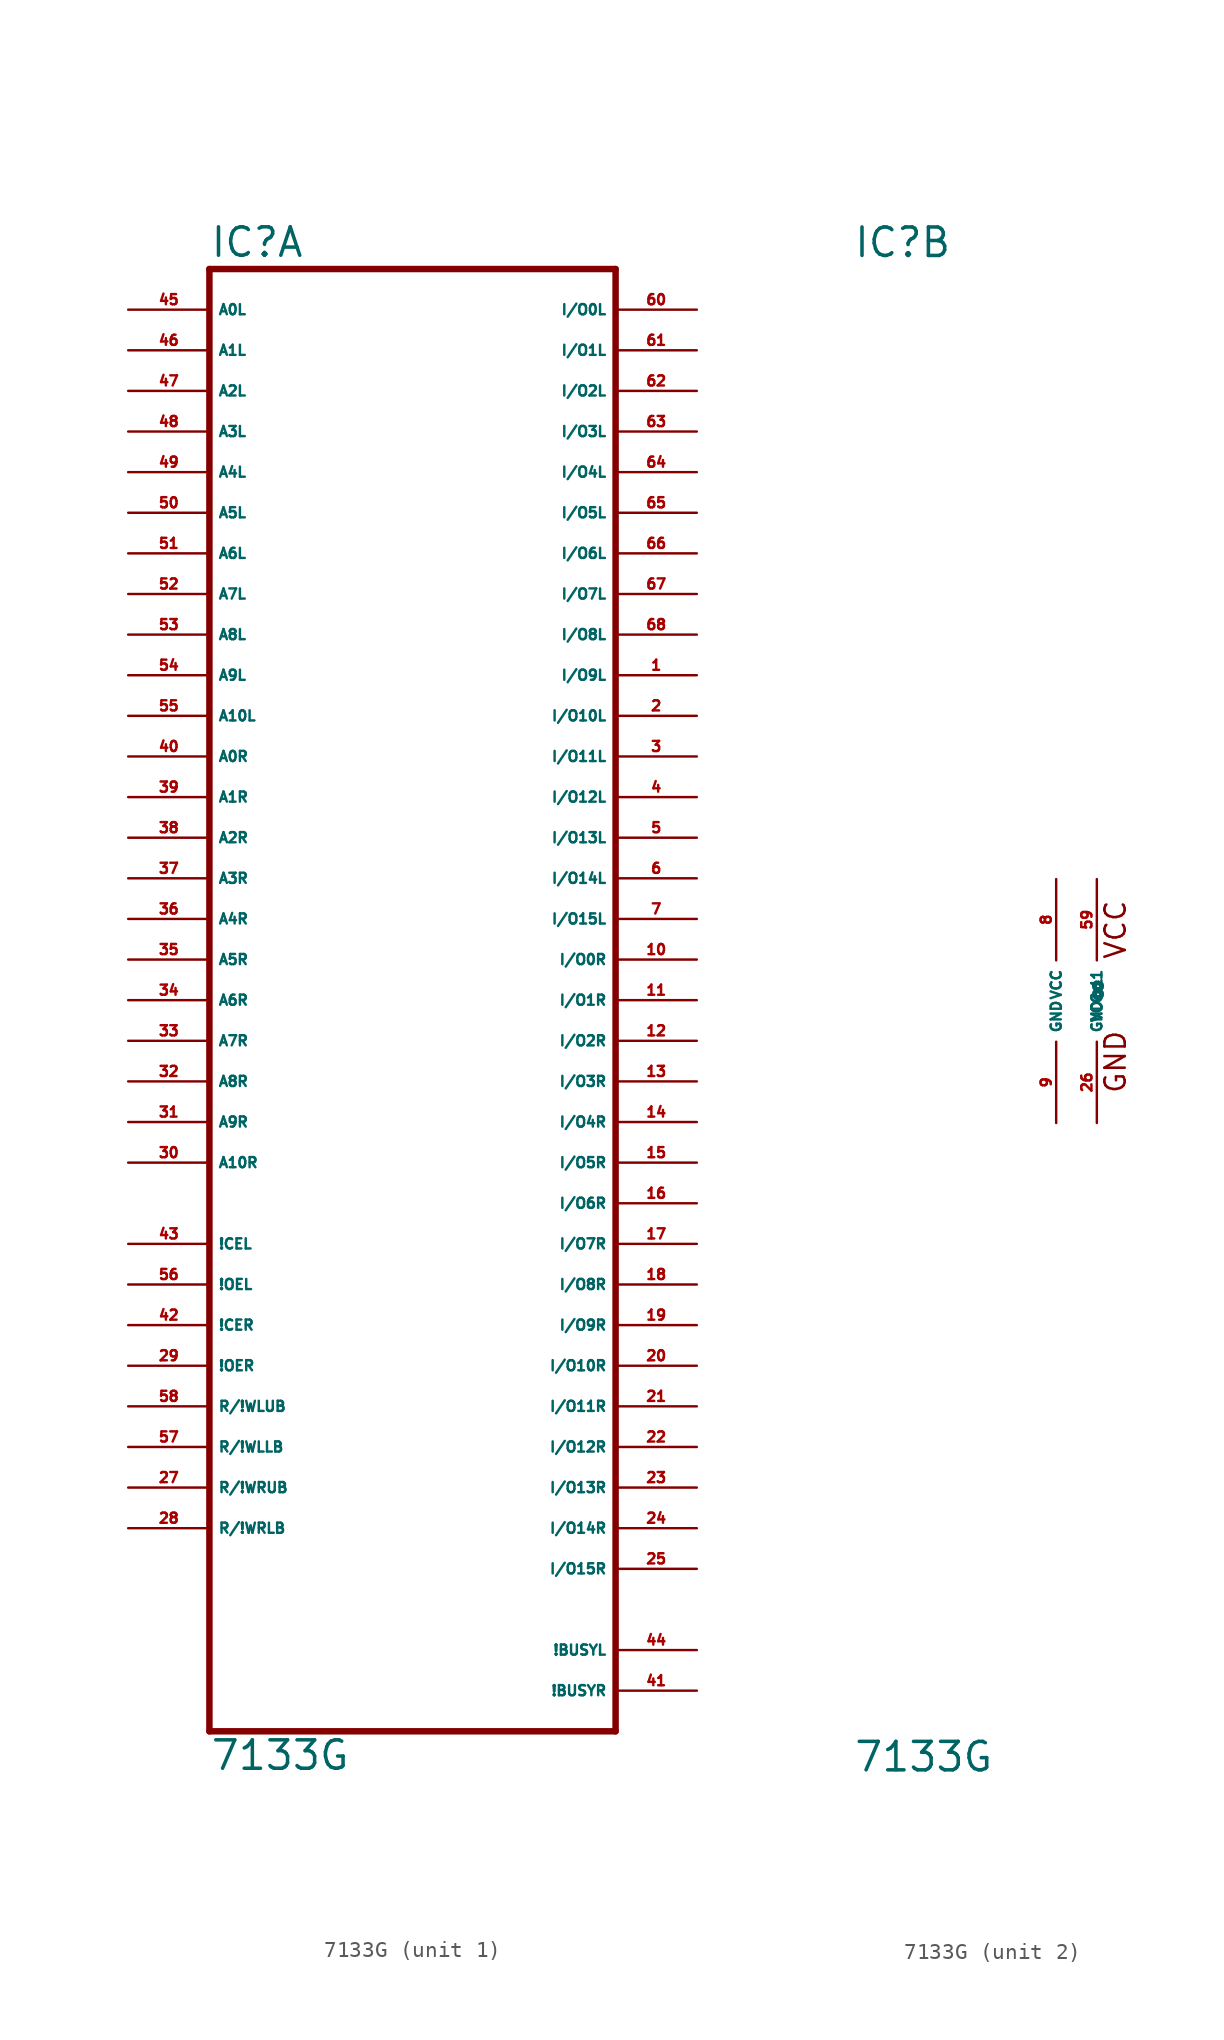
<source format=kicad_sym>
(kicad_symbol_lib
  (version 20220914)
  (generator Eagle2Kicad)
  (symbol "7133G"
    (property "Reference" "IC"
      (at -12.7 46.355 0)
      (effects (font (size 1.778 1.778) (thickness 0.22)) (justify left bottom)))
    (property "Value" "7133G"
      (at -12.7 -48.26 0)
      (effects (font (size 1.778 1.778) (thickness 0.22)) (justify left bottom)))
    (symbol "7133G_1_0"
      (polyline (pts (xy 12.7 -45.72) (xy -12.7 -45.72)) (stroke (width 0.406) (type default)) (fill (type none)))
      (polyline (pts (xy -12.7 -45.72) (xy -12.7 45.72)) (stroke (width 0.406) (type default)) (fill (type none)))
      (polyline (pts (xy -12.7 45.72) (xy 12.7 45.72)) (stroke (width 0.406) (type default)) (fill (type none)))
      (polyline (pts (xy 12.7 45.72) (xy 12.7 -45.72)) (stroke (width 0.406) (type default)) (fill (type none)))
      (pin input line (at -17.78 43.18 0) (length 5.08) (name "A0L" (effects (font (size 0.635 0.635) (thickness 0.08)) (justify left bottom))) (number "45" (effects (font (size 0.635 0.635) (thickness 0.08)) (justify left bottom))))
      (pin input line (at -17.78 40.64 0) (length 5.08) (name "A1L" (effects (font (size 0.635 0.635) (thickness 0.08)) (justify left bottom))) (number "46" (effects (font (size 0.635 0.635) (thickness 0.08)) (justify left bottom))))
      (pin input line (at -17.78 38.1 0) (length 5.08) (name "A2L" (effects (font (size 0.635 0.635) (thickness 0.08)) (justify left bottom))) (number "47" (effects (font (size 0.635 0.635) (thickness 0.08)) (justify left bottom))))
      (pin input line (at -17.78 35.56 0) (length 5.08) (name "A3L" (effects (font (size 0.635 0.635) (thickness 0.08)) (justify left bottom))) (number "48" (effects (font (size 0.635 0.635) (thickness 0.08)) (justify left bottom))))
      (pin input line (at -17.78 33.02 0) (length 5.08) (name "A4L" (effects (font (size 0.635 0.635) (thickness 0.08)) (justify left bottom))) (number "49" (effects (font (size 0.635 0.635) (thickness 0.08)) (justify left bottom))))
      (pin input line (at -17.78 30.48 0) (length 5.08) (name "A5L" (effects (font (size 0.635 0.635) (thickness 0.08)) (justify left bottom))) (number "50" (effects (font (size 0.635 0.635) (thickness 0.08)) (justify left bottom))))
      (pin input line (at -17.78 27.94 0) (length 5.08) (name "A6L" (effects (font (size 0.635 0.635) (thickness 0.08)) (justify left bottom))) (number "51" (effects (font (size 0.635 0.635) (thickness 0.08)) (justify left bottom))))
      (pin input line (at -17.78 25.4 0) (length 5.08) (name "A7L" (effects (font (size 0.635 0.635) (thickness 0.08)) (justify left bottom))) (number "52" (effects (font (size 0.635 0.635) (thickness 0.08)) (justify left bottom))))
      (pin input line (at -17.78 22.86 0) (length 5.08) (name "A8L" (effects (font (size 0.635 0.635) (thickness 0.08)) (justify left bottom))) (number "53" (effects (font (size 0.635 0.635) (thickness 0.08)) (justify left bottom))))
      (pin input line (at -17.78 20.32 0) (length 5.08) (name "A9L" (effects (font (size 0.635 0.635) (thickness 0.08)) (justify left bottom))) (number "54" (effects (font (size 0.635 0.635) (thickness 0.08)) (justify left bottom))))
      (pin input line (at -17.78 17.78 0) (length 5.08) (name "A10L" (effects (font (size 0.635 0.635) (thickness 0.08)) (justify left bottom))) (number "55" (effects (font (size 0.635 0.635) (thickness 0.08)) (justify left bottom))))
      (pin input line (at -17.78 15.24 0) (length 5.08) (name "A0R" (effects (font (size 0.635 0.635) (thickness 0.08)) (justify left bottom))) (number "40" (effects (font (size 0.635 0.635) (thickness 0.08)) (justify left bottom))))
      (pin input line (at -17.78 12.7 0) (length 5.08) (name "A1R" (effects (font (size 0.635 0.635) (thickness 0.08)) (justify left bottom))) (number "39" (effects (font (size 0.635 0.635) (thickness 0.08)) (justify left bottom))))
      (pin input line (at -17.78 10.16 0) (length 5.08) (name "A2R" (effects (font (size 0.635 0.635) (thickness 0.08)) (justify left bottom))) (number "38" (effects (font (size 0.635 0.635) (thickness 0.08)) (justify left bottom))))
      (pin input line (at -17.78 7.62 0) (length 5.08) (name "A3R" (effects (font (size 0.635 0.635) (thickness 0.08)) (justify left bottom))) (number "37" (effects (font (size 0.635 0.635) (thickness 0.08)) (justify left bottom))))
      (pin input line (at -17.78 5.08 0) (length 5.08) (name "A4R" (effects (font (size 0.635 0.635) (thickness 0.08)) (justify left bottom))) (number "36" (effects (font (size 0.635 0.635) (thickness 0.08)) (justify left bottom))))
      (pin input line (at -17.78 2.54 0) (length 5.08) (name "A5R" (effects (font (size 0.635 0.635) (thickness 0.08)) (justify left bottom))) (number "35" (effects (font (size 0.635 0.635) (thickness 0.08)) (justify left bottom))))
      (pin input line (at -17.78 0 0) (length 5.08) (name "A6R" (effects (font (size 0.635 0.635) (thickness 0.08)) (justify left bottom))) (number "34" (effects (font (size 0.635 0.635) (thickness 0.08)) (justify left bottom))))
      (pin input line (at -17.78 -2.54 0) (length 5.08) (name "A7R" (effects (font (size 0.635 0.635) (thickness 0.08)) (justify left bottom))) (number "33" (effects (font (size 0.635 0.635) (thickness 0.08)) (justify left bottom))))
      (pin input line (at -17.78 -5.08 0) (length 5.08) (name "A8R" (effects (font (size 0.635 0.635) (thickness 0.08)) (justify left bottom))) (number "32" (effects (font (size 0.635 0.635) (thickness 0.08)) (justify left bottom))))
      (pin input line (at -17.78 -7.62 0) (length 5.08) (name "A9R" (effects (font (size 0.635 0.635) (thickness 0.08)) (justify left bottom))) (number "31" (effects (font (size 0.635 0.635) (thickness 0.08)) (justify left bottom))))
      (pin input line (at -17.78 -10.16 0) (length 5.08) (name "A10R" (effects (font (size 0.635 0.635) (thickness 0.08)) (justify left bottom))) (number "30" (effects (font (size 0.635 0.635) (thickness 0.08)) (justify left bottom))))
      (pin input line (at -17.78 -15.24 0) (length 5.08) (name "!CEL" (effects (font (size 0.635 0.635) (thickness 0.08)) (justify left bottom))) (number "43" (effects (font (size 0.635 0.635) (thickness 0.08)) (justify left bottom))))
      (pin input line (at -17.78 -17.78 0) (length 5.08) (name "!OEL" (effects (font (size 0.635 0.635) (thickness 0.08)) (justify left bottom))) (number "56" (effects (font (size 0.635 0.635) (thickness 0.08)) (justify left bottom))))
      (pin input line (at -17.78 -20.32 0) (length 5.08) (name "!CER" (effects (font (size 0.635 0.635) (thickness 0.08)) (justify left bottom))) (number "42" (effects (font (size 0.635 0.635) (thickness 0.08)) (justify left bottom))))
      (pin input line (at -17.78 -22.86 0) (length 5.08) (name "!OER" (effects (font (size 0.635 0.635) (thickness 0.08)) (justify left bottom))) (number "29" (effects (font (size 0.635 0.635) (thickness 0.08)) (justify left bottom))))
      (pin input line (at -17.78 -25.4 0) (length 5.08) (name "R/!WLUB" (effects (font (size 0.635 0.635) (thickness 0.08)) (justify left bottom))) (number "58" (effects (font (size 0.635 0.635) (thickness 0.08)) (justify left bottom))))
      (pin input line (at -17.78 -27.94 0) (length 5.08) (name "R/!WLLB" (effects (font (size 0.635 0.635) (thickness 0.08)) (justify left bottom))) (number "57" (effects (font (size 0.635 0.635) (thickness 0.08)) (justify left bottom))))
      (pin input line (at -17.78 -30.48 0) (length 5.08) (name "R/!WRUB" (effects (font (size 0.635 0.635) (thickness 0.08)) (justify left bottom))) (number "27" (effects (font (size 0.635 0.635) (thickness 0.08)) (justify left bottom))))
      (pin input line (at -17.78 -33.02 0) (length 5.08) (name "R/!WRLB" (effects (font (size 0.635 0.635) (thickness 0.08)) (justify left bottom))) (number "28" (effects (font (size 0.635 0.635) (thickness 0.08)) (justify left bottom))))
      (pin bidirectional line (at 17.78 43.18 180) (length 5.08) (name "I/O0L" (effects (font (size 0.635 0.635) (thickness 0.08)) (justify left bottom))) (number "60" (effects (font (size 0.635 0.635) (thickness 0.08)) (justify left bottom))))
      (pin bidirectional line (at 17.78 40.64 180) (length 5.08) (name "I/O1L" (effects (font (size 0.635 0.635) (thickness 0.08)) (justify left bottom))) (number "61" (effects (font (size 0.635 0.635) (thickness 0.08)) (justify left bottom))))
      (pin bidirectional line (at 17.78 38.1 180) (length 5.08) (name "I/O2L" (effects (font (size 0.635 0.635) (thickness 0.08)) (justify left bottom))) (number "62" (effects (font (size 0.635 0.635) (thickness 0.08)) (justify left bottom))))
      (pin bidirectional line (at 17.78 35.56 180) (length 5.08) (name "I/O3L" (effects (font (size 0.635 0.635) (thickness 0.08)) (justify left bottom))) (number "63" (effects (font (size 0.635 0.635) (thickness 0.08)) (justify left bottom))))
      (pin bidirectional line (at 17.78 33.02 180) (length 5.08) (name "I/O4L" (effects (font (size 0.635 0.635) (thickness 0.08)) (justify left bottom))) (number "64" (effects (font (size 0.635 0.635) (thickness 0.08)) (justify left bottom))))
      (pin bidirectional line (at 17.78 30.48 180) (length 5.08) (name "I/O5L" (effects (font (size 0.635 0.635) (thickness 0.08)) (justify left bottom))) (number "65" (effects (font (size 0.635 0.635) (thickness 0.08)) (justify left bottom))))
      (pin bidirectional line (at 17.78 27.94 180) (length 5.08) (name "I/O6L" (effects (font (size 0.635 0.635) (thickness 0.08)) (justify left bottom))) (number "66" (effects (font (size 0.635 0.635) (thickness 0.08)) (justify left bottom))))
      (pin bidirectional line (at 17.78 25.4 180) (length 5.08) (name "I/O7L" (effects (font (size 0.635 0.635) (thickness 0.08)) (justify left bottom))) (number "67" (effects (font (size 0.635 0.635) (thickness 0.08)) (justify left bottom))))
      (pin bidirectional line (at 17.78 22.86 180) (length 5.08) (name "I/O8L" (effects (font (size 0.635 0.635) (thickness 0.08)) (justify left bottom))) (number "68" (effects (font (size 0.635 0.635) (thickness 0.08)) (justify left bottom))))
      (pin bidirectional line (at 17.78 20.32 180) (length 5.08) (name "I/O9L" (effects (font (size 0.635 0.635) (thickness 0.08)) (justify left bottom))) (number "1" (effects (font (size 0.635 0.635) (thickness 0.08)) (justify left bottom))))
      (pin bidirectional line (at 17.78 17.78 180) (length 5.08) (name "I/O10L" (effects (font (size 0.635 0.635) (thickness 0.08)) (justify left bottom))) (number "2" (effects (font (size 0.635 0.635) (thickness 0.08)) (justify left bottom))))
      (pin bidirectional line (at 17.78 15.24 180) (length 5.08) (name "I/O11L" (effects (font (size 0.635 0.635) (thickness 0.08)) (justify left bottom))) (number "3" (effects (font (size 0.635 0.635) (thickness 0.08)) (justify left bottom))))
      (pin bidirectional line (at 17.78 12.7 180) (length 5.08) (name "I/O12L" (effects (font (size 0.635 0.635) (thickness 0.08)) (justify left bottom))) (number "4" (effects (font (size 0.635 0.635) (thickness 0.08)) (justify left bottom))))
      (pin bidirectional line (at 17.78 10.16 180) (length 5.08) (name "I/O13L" (effects (font (size 0.635 0.635) (thickness 0.08)) (justify left bottom))) (number "5" (effects (font (size 0.635 0.635) (thickness 0.08)) (justify left bottom))))
      (pin bidirectional line (at 17.78 7.62 180) (length 5.08) (name "I/O14L" (effects (font (size 0.635 0.635) (thickness 0.08)) (justify left bottom))) (number "6" (effects (font (size 0.635 0.635) (thickness 0.08)) (justify left bottom))))
      (pin bidirectional line (at 17.78 5.08 180) (length 5.08) (name "I/O15L" (effects (font (size 0.635 0.635) (thickness 0.08)) (justify left bottom))) (number "7" (effects (font (size 0.635 0.635) (thickness 0.08)) (justify left bottom))))
      (pin bidirectional line (at 17.78 2.54 180) (length 5.08) (name "I/O0R" (effects (font (size 0.635 0.635) (thickness 0.08)) (justify left bottom))) (number "10" (effects (font (size 0.635 0.635) (thickness 0.08)) (justify left bottom))))
      (pin bidirectional line (at 17.78 0 180) (length 5.08) (name "I/O1R" (effects (font (size 0.635 0.635) (thickness 0.08)) (justify left bottom))) (number "11" (effects (font (size 0.635 0.635) (thickness 0.08)) (justify left bottom))))
      (pin bidirectional line (at 17.78 -2.54 180) (length 5.08) (name "I/O2R" (effects (font (size 0.635 0.635) (thickness 0.08)) (justify left bottom))) (number "12" (effects (font (size 0.635 0.635) (thickness 0.08)) (justify left bottom))))
      (pin bidirectional line (at 17.78 -5.08 180) (length 5.08) (name "I/O3R" (effects (font (size 0.635 0.635) (thickness 0.08)) (justify left bottom))) (number "13" (effects (font (size 0.635 0.635) (thickness 0.08)) (justify left bottom))))
      (pin bidirectional line (at 17.78 -7.62 180) (length 5.08) (name "I/O4R" (effects (font (size 0.635 0.635) (thickness 0.08)) (justify left bottom))) (number "14" (effects (font (size 0.635 0.635) (thickness 0.08)) (justify left bottom))))
      (pin bidirectional line (at 17.78 -10.16 180) (length 5.08) (name "I/O5R" (effects (font (size 0.635 0.635) (thickness 0.08)) (justify left bottom))) (number "15" (effects (font (size 0.635 0.635) (thickness 0.08)) (justify left bottom))))
      (pin bidirectional line (at 17.78 -12.7 180) (length 5.08) (name "I/O6R" (effects (font (size 0.635 0.635) (thickness 0.08)) (justify left bottom))) (number "16" (effects (font (size 0.635 0.635) (thickness 0.08)) (justify left bottom))))
      (pin bidirectional line (at 17.78 -15.24 180) (length 5.08) (name "I/O7R" (effects (font (size 0.635 0.635) (thickness 0.08)) (justify left bottom))) (number "17" (effects (font (size 0.635 0.635) (thickness 0.08)) (justify left bottom))))
      (pin bidirectional line (at 17.78 -17.78 180) (length 5.08) (name "I/O8R" (effects (font (size 0.635 0.635) (thickness 0.08)) (justify left bottom))) (number "18" (effects (font (size 0.635 0.635) (thickness 0.08)) (justify left bottom))))
      (pin bidirectional line (at 17.78 -20.32 180) (length 5.08) (name "I/O9R" (effects (font (size 0.635 0.635) (thickness 0.08)) (justify left bottom))) (number "19" (effects (font (size 0.635 0.635) (thickness 0.08)) (justify left bottom))))
      (pin bidirectional line (at 17.78 -22.86 180) (length 5.08) (name "I/O10R" (effects (font (size 0.635 0.635) (thickness 0.08)) (justify left bottom))) (number "20" (effects (font (size 0.635 0.635) (thickness 0.08)) (justify left bottom))))
      (pin bidirectional line (at 17.78 -25.4 180) (length 5.08) (name "I/O11R" (effects (font (size 0.635 0.635) (thickness 0.08)) (justify left bottom))) (number "21" (effects (font (size 0.635 0.635) (thickness 0.08)) (justify left bottom))))
      (pin bidirectional line (at 17.78 -27.94 180) (length 5.08) (name "I/O12R" (effects (font (size 0.635 0.635) (thickness 0.08)) (justify left bottom))) (number "22" (effects (font (size 0.635 0.635) (thickness 0.08)) (justify left bottom))))
      (pin bidirectional line (at 17.78 -30.48 180) (length 5.08) (name "I/O13R" (effects (font (size 0.635 0.635) (thickness 0.08)) (justify left bottom))) (number "23" (effects (font (size 0.635 0.635) (thickness 0.08)) (justify left bottom))))
      (pin bidirectional line (at 17.78 -33.02 180) (length 5.08) (name "I/O14R" (effects (font (size 0.635 0.635) (thickness 0.08)) (justify left bottom))) (number "24" (effects (font (size 0.635 0.635) (thickness 0.08)) (justify left bottom))))
      (pin bidirectional line (at 17.78 -35.56 180) (length 5.08) (name "I/O15R" (effects (font (size 0.635 0.635) (thickness 0.08)) (justify left bottom))) (number "25" (effects (font (size 0.635 0.635) (thickness 0.08)) (justify left bottom))))
      (pin output line (at 17.78 -40.64 180) (length 5.08) (name "!BUSYL" (effects (font (size 0.635 0.635) (thickness 0.08)) (justify left bottom))) (number "44" (effects (font (size 0.635 0.635) (thickness 0.08)) (justify left bottom))))
      (pin output line (at 17.78 -43.18 180) (length 5.08) (name "!BUSYR" (effects (font (size 0.635 0.635) (thickness 0.08)) (justify left bottom))) (number "41" (effects (font (size 0.635 0.635) (thickness 0.08)) (justify left bottom)))))
    (symbol "7133G_2_0"
      (text "VCC" (at 4.445 2.54 900) (effects (font (size 1.27 1.27) (thickness 0.16)) (justify left bottom)))
      (text "GND" (at 4.445 -5.842 900) (effects (font (size 1.27 1.27) (thickness 0.16)) (justify left bottom)))
      (pin unspecified line (at 0 7.62 270) (length 5.08) (name "VCC" (effects (font (size 0.635 0.635) (thickness 0.08)) (justify left bottom))) (number "8" (effects (font (size 0.635 0.635) (thickness 0.08)) (justify left bottom))))
      (pin unspecified line (at 0 -7.62 90) (length 5.08) (name "GND" (effects (font (size 0.635 0.635) (thickness 0.08)) (justify left bottom))) (number "9" (effects (font (size 0.635 0.635) (thickness 0.08)) (justify left bottom))))
      (pin unspecified line (at 2.54 7.62 270) (length 5.08) (name "VCC@1" (effects (font (size 0.635 0.635) (thickness 0.08)) (justify left bottom))) (number "59" (effects (font (size 0.635 0.635) (thickness 0.08)) (justify left bottom))))
      (pin unspecified line (at 2.54 -7.62 90) (length 5.08) (name "GND@1" (effects (font (size 0.635 0.635) (thickness 0.08)) (justify left bottom))) (number "26" (effects (font (size 0.635 0.635) (thickness 0.08)) (justify left bottom)))))))
</source>
